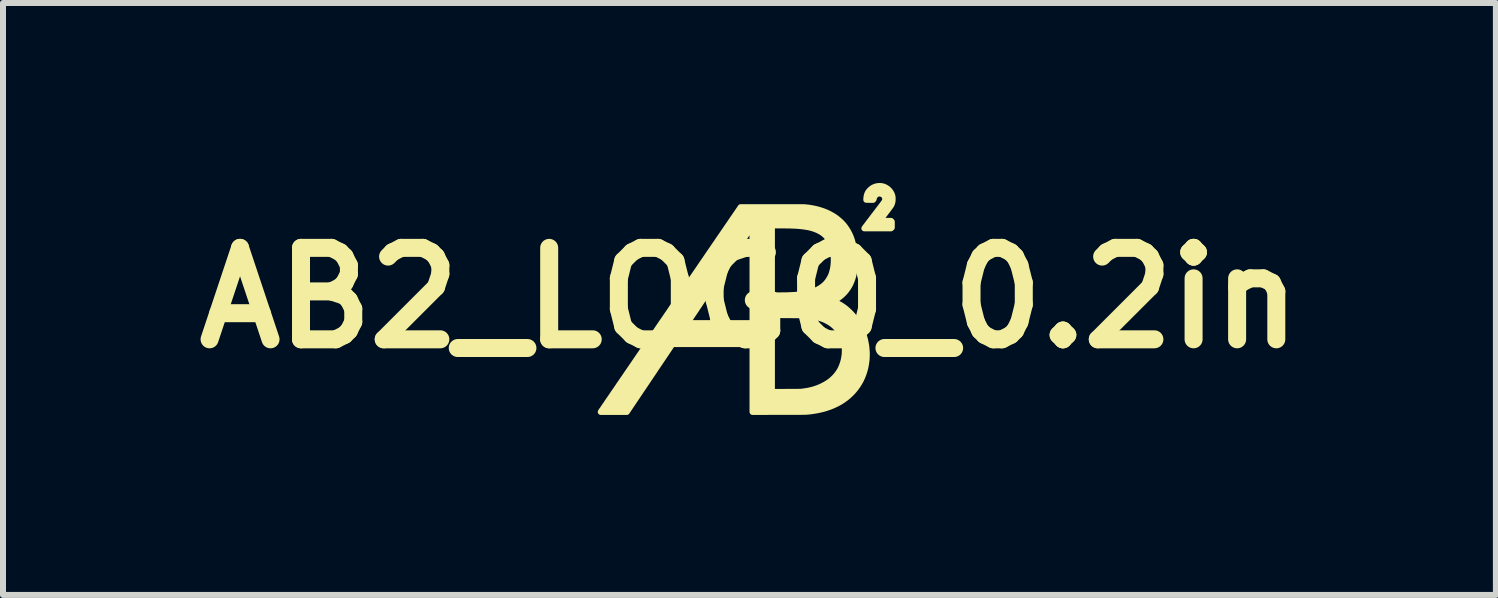
<source format=kicad_pcb>
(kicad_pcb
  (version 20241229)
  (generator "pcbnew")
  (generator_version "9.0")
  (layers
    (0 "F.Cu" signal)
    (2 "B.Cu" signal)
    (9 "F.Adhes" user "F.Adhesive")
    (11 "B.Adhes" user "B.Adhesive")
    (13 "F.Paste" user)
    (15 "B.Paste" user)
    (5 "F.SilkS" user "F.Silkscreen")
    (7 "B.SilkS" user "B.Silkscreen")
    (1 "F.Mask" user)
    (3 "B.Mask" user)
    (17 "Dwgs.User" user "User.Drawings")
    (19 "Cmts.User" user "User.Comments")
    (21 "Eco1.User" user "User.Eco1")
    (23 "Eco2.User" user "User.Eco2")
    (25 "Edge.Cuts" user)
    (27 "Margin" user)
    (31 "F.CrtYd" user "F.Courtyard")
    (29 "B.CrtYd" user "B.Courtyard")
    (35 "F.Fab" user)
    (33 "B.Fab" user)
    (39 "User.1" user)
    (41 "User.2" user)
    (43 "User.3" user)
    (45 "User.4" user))
  (footprint "AB2_LOGO_0.2in"
    (layer "F.Cu")
    (at 9.442 1.916)
    (property "Reference" "AB2_LOGO_0.2in" (at 0 0 0) (layer "F.SilkS") (effects (font (size 1.524 1.524) (thickness 0.3))))
    (attr through_hole)
    (fp_poly (pts (xy 2.386 -1.649) (xy 2.386 -1.63) (xy 2.384 -1.613) (xy 2.381 -1.596) (xy 2.376 -1.578) (xy 2.374 -1.574) (xy 2.372 -1.569) (xy 2.371 -1.565) (xy 2.369 -1.56) (xy 2.367 -1.556) (xy 2.365 -1.552) (xy 2.363 -1.547) (xy 2.36 -1.542) (xy 2.356 -1.536) (xy 2.352 -1.53) (xy 2.346 -1.522) (xy 2.34 -1.514) (xy 2.333 -1.504) (xy 2.324 -1.492) (xy 2.315 -1.479) (xy 2.303 -1.464) (xy 2.291 -1.448) (xy 2.276 -1.429) (xy 2.26 -1.407) (xy 2.242 -1.384) (xy 2.232 -1.371) (xy 2.221 -1.356) (xy 2.21 -1.342) (xy 2.2 -1.329) (xy 2.191 -1.317) (xy 2.184 -1.307) (xy 2.177 -1.299) (xy 2.172 -1.292) (xy 2.169 -1.288) (xy 2.168 -1.286) (xy 2.168 -1.286) (xy 2.17 -1.286) (xy 2.174 -1.286) (xy 2.182 -1.286) (xy 2.192 -1.285) (xy 2.204 -1.285) (xy 2.218 -1.285) (xy 2.234 -1.285) (xy 2.251 -1.285) (xy 2.264 -1.285) (xy 2.36 -1.284) (xy 2.366 -1.277) (xy 2.372 -1.27) (xy 2.372 -1.222) (xy 2.372 -1.173) (xy 2.365 -1.167) (xy 2.358 -1.16) (xy 2.136 -1.16) (xy 1.915 -1.16) (xy 1.92 -1.167) (xy 1.924 -1.172) (xy 1.929 -1.179) (xy 1.936 -1.189) (xy 1.945 -1.2) (xy 1.955 -1.213) (xy 1.966 -1.228) (xy 1.978 -1.244) (xy 1.991 -1.262) (xy 2.005 -1.28) (xy 2.019 -1.298) (xy 2.034 -1.317) (xy 2.048 -1.337) (xy 2.063 -1.356) (xy 2.077 -1.375) (xy 2.091 -1.393) (xy 2.104 -1.41) (xy 2.125 -1.437) (xy 2.143 -1.461) (xy 2.16 -1.483) (xy 2.175 -1.503) (xy 2.189 -1.521) (xy 2.2 -1.536) (xy 2.211 -1.55) (xy 2.22 -1.562) (xy 2.228 -1.573) (xy 2.234 -1.582) (xy 2.24 -1.59) (xy 2.245 -1.597) (xy 2.249 -1.602) (xy 2.252 -1.607) (xy 2.254 -1.612) (xy 2.256 -1.615) (xy 2.257 -1.618) (xy 2.258 -1.621) (xy 2.259 -1.624) (xy 2.26 -1.627) (xy 2.26 -1.63) (xy 2.261 -1.632) (xy 2.262 -1.649) (xy 2.261 -1.666) (xy 2.256 -1.682) (xy 2.249 -1.696) (xy 2.239 -1.71) (xy 2.226 -1.721) (xy 2.211 -1.73) (xy 2.211 -1.731) (xy 2.198 -1.736) (xy 2.185 -1.739) (xy 2.171 -1.741) (xy 2.167 -1.741) (xy 2.149 -1.739) (xy 2.133 -1.735) (xy 2.119 -1.728) (xy 2.105 -1.717) (xy 2.1 -1.712) (xy 2.092 -1.703) (xy 2.085 -1.693) (xy 2.079 -1.682) (xy 2.075 -1.672) (xy 2.073 -1.665) (xy 2.072 -1.657) (xy 2.071 -1.652) (xy 2.07 -1.648) (xy 2.068 -1.644) (xy 2.065 -1.641) (xy 2.06 -1.635) (xy 2.003 -1.635) (xy 1.947 -1.636) (xy 1.948 -1.657) (xy 1.951 -1.685) (xy 1.956 -1.711) (xy 1.965 -1.736) (xy 1.971 -1.75) (xy 1.984 -1.771) (xy 2 -1.79) (xy 2.018 -1.808) (xy 2.038 -1.824) (xy 2.059 -1.838) (xy 2.083 -1.849) (xy 2.096 -1.854) (xy 2.121 -1.861) (xy 2.147 -1.865) (xy 2.173 -1.866) (xy 2.199 -1.864) (xy 2.224 -1.859) (xy 2.235 -1.856) (xy 2.259 -1.846) (xy 2.281 -1.834) (xy 2.303 -1.819) (xy 2.322 -1.802) (xy 2.339 -1.783) (xy 2.354 -1.762) (xy 2.367 -1.74) (xy 2.376 -1.718) (xy 2.38 -1.704) (xy 2.383 -1.692) (xy 2.385 -1.68) (xy 2.386 -1.667) (xy 2.386 -1.653) (xy 2.386 -1.649)) (stroke (width 0.1) (type solid)) (fill yes) (layer "F.SilkS"))
    (fp_poly (pts (xy 1.955 0.965) (xy 1.952 1.021) (xy 1.949 1.053) (xy 1.941 1.109) (xy 1.93 1.164) (xy 1.916 1.217) (xy 1.899 1.269) (xy 1.879 1.32) (xy 1.856 1.369) (xy 1.83 1.416) (xy 1.801 1.462) (xy 1.769 1.506) (xy 1.758 1.52) (xy 1.723 1.561) (xy 1.685 1.6) (xy 1.645 1.637) (xy 1.602 1.672) (xy 1.589 1.681) (xy 1.589 0.868) (xy 1.589 0.851) (xy 1.589 0.834) (xy 1.588 0.819) (xy 1.587 0.806) (xy 1.586 0.795) (xy 1.586 0.793) (xy 1.578 0.75) (xy 1.567 0.708) (xy 1.553 0.667) (xy 1.536 0.628) (xy 1.516 0.592) (xy 1.494 0.556) (xy 1.468 0.523) (xy 1.44 0.492) (xy 1.435 0.487) (xy 1.412 0.465) (xy 1.389 0.445) (xy 1.365 0.427) (xy 1.34 0.41) (xy 1.312 0.394) (xy 1.282 0.378) (xy 1.279 0.376) (xy 1.24 0.358) (xy 1.199 0.343) (xy 1.157 0.329) (xy 1.112 0.317) (xy 1.065 0.308) (xy 1.023 0.301) (xy 1.002 0.298) (xy 0.981 0.295) (xy 0.96 0.293) (xy 0.939 0.292) (xy 0.916 0.29) (xy 0.891 0.289) (xy 0.865 0.289) (xy 0.836 0.288) (xy 0.805 0.288) (xy 0.785 0.288) (xy 0.766 0.288) (xy 0.744 0.288) (xy 0.72 0.288) (xy 0.694 0.287) (xy 0.666 0.287) (xy 0.637 0.287) (xy 0.607 0.286) (xy 0.577 0.286) (xy 0.547 0.286) (xy 0.518 0.285) (xy 0.49 0.285) (xy 0.463 0.284) (xy 0.438 0.284) (xy 0.425 0.284) (xy 0.374 0.283) (xy 0.374 0.925) (xy 0.374 1.567) (xy 0.615 1.566) (xy 0.653 1.566) (xy 0.688 1.566) (xy 0.719 1.565) (xy 0.747 1.565) (xy 0.772 1.565) (xy 0.795 1.565) (xy 0.814 1.565) (xy 0.83 1.564) (xy 0.844 1.564) (xy 0.855 1.564) (xy 0.863 1.564) (xy 0.869 1.563) (xy 0.872 1.563) (xy 0.921 1.556) (xy 0.966 1.549) (xy 1.01 1.54) (xy 1.051 1.53) (xy 1.091 1.518) (xy 1.129 1.505) (xy 1.167 1.49) (xy 1.205 1.473) (xy 1.215 1.468) (xy 1.259 1.445) (xy 1.301 1.42) (xy 1.34 1.393) (xy 1.376 1.364) (xy 1.409 1.333) (xy 1.44 1.3) (xy 1.468 1.264) (xy 1.487 1.238) (xy 1.509 1.202) (xy 1.528 1.164) (xy 1.544 1.125) (xy 1.558 1.084) (xy 1.57 1.041) (xy 1.579 0.995) (xy 1.586 0.948) (xy 1.586 0.946) (xy 1.587 0.934) (xy 1.588 0.919) (xy 1.589 0.903) (xy 1.589 0.886) (xy 1.589 0.868) (xy 1.589 1.681) (xy 1.557 1.704) (xy 1.51 1.734) (xy 1.46 1.761) (xy 1.408 1.786) (xy 1.354 1.809) (xy 1.297 1.829) (xy 1.239 1.847) (xy 1.179 1.862) (xy 1.116 1.875) (xy 1.052 1.885) (xy 1.023 1.889) (xy 1.014 1.89) (xy 1.006 1.891) (xy 0.999 1.892) (xy 0.992 1.892) (xy 0.985 1.893) (xy 0.979 1.894) (xy 0.972 1.895) (xy 0.965 1.895) (xy 0.958 1.896) (xy 0.951 1.896) (xy 0.943 1.897) (xy 0.934 1.897) (xy 0.924 1.897) (xy 0.914 1.898) (xy 0.902 1.898) (xy 0.889 1.898) (xy 0.874 1.898) (xy 0.858 1.898) (xy 0.84 1.899) (xy 0.821 1.899) (xy 0.799 1.899) (xy 0.776 1.899) (xy 0.75 1.899) (xy 0.721 1.899) (xy 0.691 1.899) (xy 0.657 1.899) (xy 0.621 1.899) (xy 0.582 1.899) (xy 0.539 1.899) (xy 0.494 1.899) (xy 0.488 1.899) (xy 0.051 1.9) (xy 0.051 1.334) (xy 0.051 0.769) (xy 0.051 0.42) (xy 0.051 -0.394) (xy 0.051 -0.448) (xy 0.051 -0.502) (xy 0.051 -0.554) (xy 0.051 -0.604) (xy 0.051 -0.654) (xy 0.051 -0.702) (xy 0.051 -0.748) (xy 0.051 -0.793) (xy 0.051 -0.836) (xy 0.051 -0.877) (xy 0.05 -0.916) (xy 0.05 -0.953) (xy 0.05 -0.988) (xy 0.05 -1.021) (xy 0.05 -1.051) (xy 0.05 -1.079) (xy 0.05 -1.105) (xy 0.05 -1.128) (xy 0.05 -1.148) (xy 0.05 -1.165) (xy 0.05 -1.18) (xy 0.05 -1.191) (xy 0.05 -1.199) (xy 0.049 -1.205) (xy 0.049 -1.206) (xy 0.049 -1.206) (xy 0.048 -1.205) (xy 0.045 -1.201) (xy 0.041 -1.194) (xy 0.035 -1.185) (xy 0.027 -1.173) (xy 0.017 -1.159) (xy 0.007 -1.143) (xy -0.005 -1.125) (xy -0.019 -1.105) (xy -0.033 -1.083) (xy -0.049 -1.06) (xy -0.066 -1.035) (xy -0.084 -1.008) (xy -0.102 -0.98) (xy -0.122 -0.951) (xy -0.142 -0.921) (xy -0.163 -0.89) (xy -0.184 -0.858) (xy -0.206 -0.825) (xy -0.215 -0.811) (xy -0.241 -0.773) (xy -0.268 -0.732) (xy -0.297 -0.69) (xy -0.326 -0.645) (xy -0.357 -0.599) (xy -0.389 -0.551) (xy -0.422 -0.503) (xy -0.455 -0.453) (xy -0.488 -0.404) (xy -0.521 -0.354) (xy -0.554 -0.305) (xy -0.587 -0.256) (xy -0.619 -0.208) (xy -0.65 -0.161) (xy -0.68 -0.116) (xy -0.709 -0.072) (xy -0.737 -0.031) (xy -0.756 -0.003) (xy -0.778 0.031) (xy -0.801 0.064) (xy -0.822 0.096) (xy -0.843 0.128) (xy -0.864 0.158) (xy -0.883 0.188) (xy -0.902 0.216) (xy -0.92 0.243) (xy -0.937 0.268) (xy -0.953 0.291) (xy -0.967 0.313) (xy -0.981 0.334) (xy -0.993 0.352) (xy -1.004 0.368) (xy -1.013 0.382) (xy -1.021 0.393) (xy -1.027 0.403) (xy -1.032 0.41) (xy -1.034 0.414) (xy -1.035 0.415) (xy -1.038 0.42) (xy -0.494 0.42) (xy 0.051 0.42) (xy 0.051 0.769) (xy -0.617 0.769) (xy -1.285 0.769) (xy -1.51 1.104) (xy -1.533 1.138) (xy -1.557 1.173) (xy -1.581 1.21) (xy -1.606 1.247) (xy -1.632 1.285) (xy -1.657 1.323) (xy -1.683 1.361) (xy -1.708 1.399) (xy -1.733 1.436) (xy -1.757 1.472) (xy -1.781 1.507) (xy -1.804 1.541) (xy -1.825 1.573) (xy -1.846 1.603) (xy -1.864 1.631) (xy -1.882 1.657) (xy -1.89 1.669) (xy -2.045 1.9) (xy -2.262 1.9) (xy -2.479 1.9) (xy -2.476 1.895) (xy -2.475 1.894) (xy -2.472 1.889) (xy -2.467 1.882) (xy -2.461 1.872) (xy -2.452 1.86) (xy -2.442 1.846) (xy -2.431 1.829) (xy -2.418 1.809) (xy -2.403 1.788) (xy -2.386 1.764) (xy -2.369 1.738) (xy -2.35 1.71) (xy -2.329 1.68) (xy -2.307 1.648) (xy -2.284 1.614) (xy -2.26 1.578) (xy -2.234 1.541) (xy -2.207 1.502) (xy -2.18 1.461) (xy -2.151 1.419) (xy -2.121 1.375) (xy -2.09 1.33) (xy -2.058 1.283) (xy -2.026 1.236) (xy -1.992 1.187) (xy -1.958 1.137) (xy -1.923 1.086) (xy -1.887 1.033) (xy -1.851 0.98) (xy -1.814 0.926) (xy -1.777 0.872) (xy -1.739 0.816) (xy -1.7 0.76) (xy -1.661 0.703) (xy -1.622 0.646) (xy -1.583 0.588) (xy -1.543 0.53) (xy -1.503 0.471) (xy -1.463 0.412) (xy -1.422 0.353) (xy -1.382 0.294) (xy -1.341 0.235) (xy -1.301 0.175) (xy -1.26 0.116) (xy -1.22 0.057) (xy -1.179 -0.002) (xy -1.139 -0.061) (xy -1.099 -0.119) (xy -1.059 -0.178) (xy -1.02 -0.235) (xy -0.981 -0.292) (xy -0.942 -0.349) (xy -0.904 -0.405) (xy -0.866 -0.46) (xy -0.829 -0.514) (xy -0.793 -0.568) (xy -0.757 -0.62) (xy -0.721 -0.672) (xy -0.687 -0.723) (xy -0.653 -0.772) (xy -0.62 -0.82) (xy -0.588 -0.868) (xy -0.556 -0.913) (xy -0.526 -0.958) (xy -0.497 -1.001) (xy -0.468 -1.042) (xy -0.441 -1.082) (xy -0.415 -1.12) (xy -0.39 -1.157) (xy -0.366 -1.192) (xy -0.343 -1.225) (xy -0.322 -1.256) (xy -0.302 -1.285) (xy -0.284 -1.312) (xy -0.267 -1.337) (xy -0.265 -1.339) (xy -0.146 -1.513) (xy 0.379 -1.513) (xy 0.43 -1.513) (xy 0.477 -1.513) (xy 0.52 -1.513) (xy 0.561 -1.513) (xy 0.599 -1.513) (xy 0.634 -1.513) (xy 0.667 -1.513) (xy 0.696 -1.513) (xy 0.724 -1.513) (xy 0.749 -1.513) (xy 0.772 -1.513) (xy 0.792 -1.513) (xy 0.811 -1.513) (xy 0.828 -1.513) (xy 0.843 -1.512) (xy 0.857 -1.512) (xy 0.869 -1.512) (xy 0.879 -1.512) (xy 0.888 -1.512) (xy 0.897 -1.512) (xy 0.904 -1.512) (xy 0.91 -1.512) (xy 0.915 -1.511) (xy 0.92 -1.511) (xy 0.924 -1.511) (xy 0.928 -1.511) (xy 0.931 -1.51) (xy 0.934 -1.51) (xy 0.936 -1.51) (xy 0.997 -1.503) (xy 1.055 -1.493) (xy 1.112 -1.481) (xy 1.167 -1.466) (xy 1.219 -1.449) (xy 1.27 -1.43) (xy 1.318 -1.408) (xy 1.363 -1.384) (xy 1.407 -1.358) (xy 1.448 -1.33) (xy 1.486 -1.299) (xy 1.522 -1.267) (xy 1.556 -1.232) (xy 1.587 -1.195) (xy 1.615 -1.155) (xy 1.641 -1.114) (xy 1.646 -1.105) (xy 1.668 -1.063) (xy 1.687 -1.019) (xy 1.704 -0.973) (xy 1.718 -0.925) (xy 1.73 -0.875) (xy 1.74 -0.823) (xy 1.747 -0.769) (xy 1.751 -0.724) (xy 1.754 -0.678) (xy 1.755 -0.634) (xy 1.756 -0.593) (xy 1.755 -0.555) (xy 1.753 -0.518) (xy 1.749 -0.482) (xy 1.745 -0.447) (xy 1.739 -0.414) (xy 1.732 -0.38) (xy 1.73 -0.372) (xy 1.717 -0.325) (xy 1.701 -0.281) (xy 1.683 -0.238) (xy 1.662 -0.198) (xy 1.638 -0.16) (xy 1.612 -0.124) (xy 1.583 -0.09) (xy 1.56 -0.066) (xy 1.546 -0.053) (xy 1.533 -0.041) (xy 1.52 -0.03) (xy 1.506 -0.019) (xy 1.491 -0.008) (xy 1.475 0.004) (xy 1.457 0.016) (xy 1.439 0.027) (xy 1.43 0.033) (xy 1.421 0.039) (xy 1.413 0.044) (xy 1.407 0.048) (xy 1.405 0.05) (xy 1.405 -0.625) (xy 1.405 -0.643) (xy 1.405 -0.662) (xy 1.404 -0.68) (xy 1.404 -0.698) (xy 1.403 -0.714) (xy 1.402 -0.727) (xy 1.401 -0.735) (xy 1.395 -0.779) (xy 1.387 -0.821) (xy 1.376 -0.86) (xy 1.363 -0.897) (xy 1.347 -0.932) (xy 1.329 -0.964) (xy 1.309 -0.994) (xy 1.286 -1.022) (xy 1.261 -1.048) (xy 1.233 -1.072) (xy 1.202 -1.094) (xy 1.171 -1.112) (xy 1.142 -1.127) (xy 1.112 -1.14) (xy 1.08 -1.152) (xy 1.045 -1.163) (xy 1.008 -1.173) (xy 0.969 -1.181) (xy 0.927 -1.188) (xy 0.883 -1.194) (xy 0.835 -1.199) (xy 0.785 -1.203) (xy 0.784 -1.203) (xy 0.764 -1.204) (xy 0.741 -1.205) (xy 0.715 -1.206) (xy 0.686 -1.207) (xy 0.655 -1.208) (xy 0.621 -1.208) (xy 0.585 -1.209) (xy 0.547 -1.209) (xy 0.507 -1.209) (xy 0.488 -1.209) (xy 0.374 -1.209) (xy 0.374 -0.626) (xy 0.374 -0.042) (xy 0.473 -0.042) (xy 0.493 -0.042) (xy 0.514 -0.042) (xy 0.535 -0.043) (xy 0.556 -0.043) (xy 0.575 -0.043) (xy 0.594 -0.043) (xy 0.61 -0.044) (xy 0.623 -0.044) (xy 0.627 -0.044) (xy 0.672 -0.046) (xy 0.714 -0.048) (xy 0.753 -0.05) (xy 0.79 -0.053) (xy 0.824 -0.057) (xy 0.857 -0.061) (xy 0.889 -0.065) (xy 0.919 -0.071) (xy 0.948 -0.076) (xy 0.977 -0.083) (xy 0.988 -0.086) (xy 1.033 -0.099) (xy 1.076 -0.113) (xy 1.116 -0.13) (xy 1.153 -0.149) (xy 1.188 -0.17) (xy 1.22 -0.193) (xy 1.249 -0.217) (xy 1.276 -0.244) (xy 1.3 -0.273) (xy 1.322 -0.305) (xy 1.341 -0.338) (xy 1.346 -0.348) (xy 1.354 -0.364) (xy 1.361 -0.379) (xy 1.366 -0.394) (xy 1.372 -0.409) (xy 1.377 -0.426) (xy 1.379 -0.434) (xy 1.388 -0.468) (xy 1.395 -0.504) (xy 1.4 -0.541) (xy 1.404 -0.581) (xy 1.404 -0.582) (xy 1.405 -0.594) (xy 1.405 -0.609) (xy 1.405 -0.625) (xy 1.405 0.05) (xy 1.404 0.051) (xy 1.403 0.051) (xy 1.397 0.056) (xy 1.405 0.061) (xy 1.41 0.063) (xy 1.416 0.066) (xy 1.425 0.07) (xy 1.433 0.074) (xy 1.435 0.075) (xy 1.46 0.086) (xy 1.486 0.1) (xy 1.513 0.115) (xy 1.539 0.131) (xy 1.564 0.148) (xy 1.574 0.155) (xy 1.609 0.182) (xy 1.644 0.213) (xy 1.678 0.245) (xy 1.711 0.28) (xy 1.741 0.316) (xy 1.759 0.338) (xy 1.79 0.382) (xy 1.819 0.429) (xy 1.845 0.478) (xy 1.869 0.528) (xy 1.89 0.58) (xy 1.908 0.633) (xy 1.923 0.687) (xy 1.935 0.741) (xy 1.945 0.797) (xy 1.951 0.853) (xy 1.955 0.909) (xy 1.955 0.965)) (stroke (width 0.1) (type solid)) (fill yes) (layer "F.SilkS")))
  (gr_rect
    (start -3 -3)
    (end 21.883 6.866)
    (stroke (width 0.1) (type default))
    (fill no)
    (layer "Edge.Cuts")))
</source>
